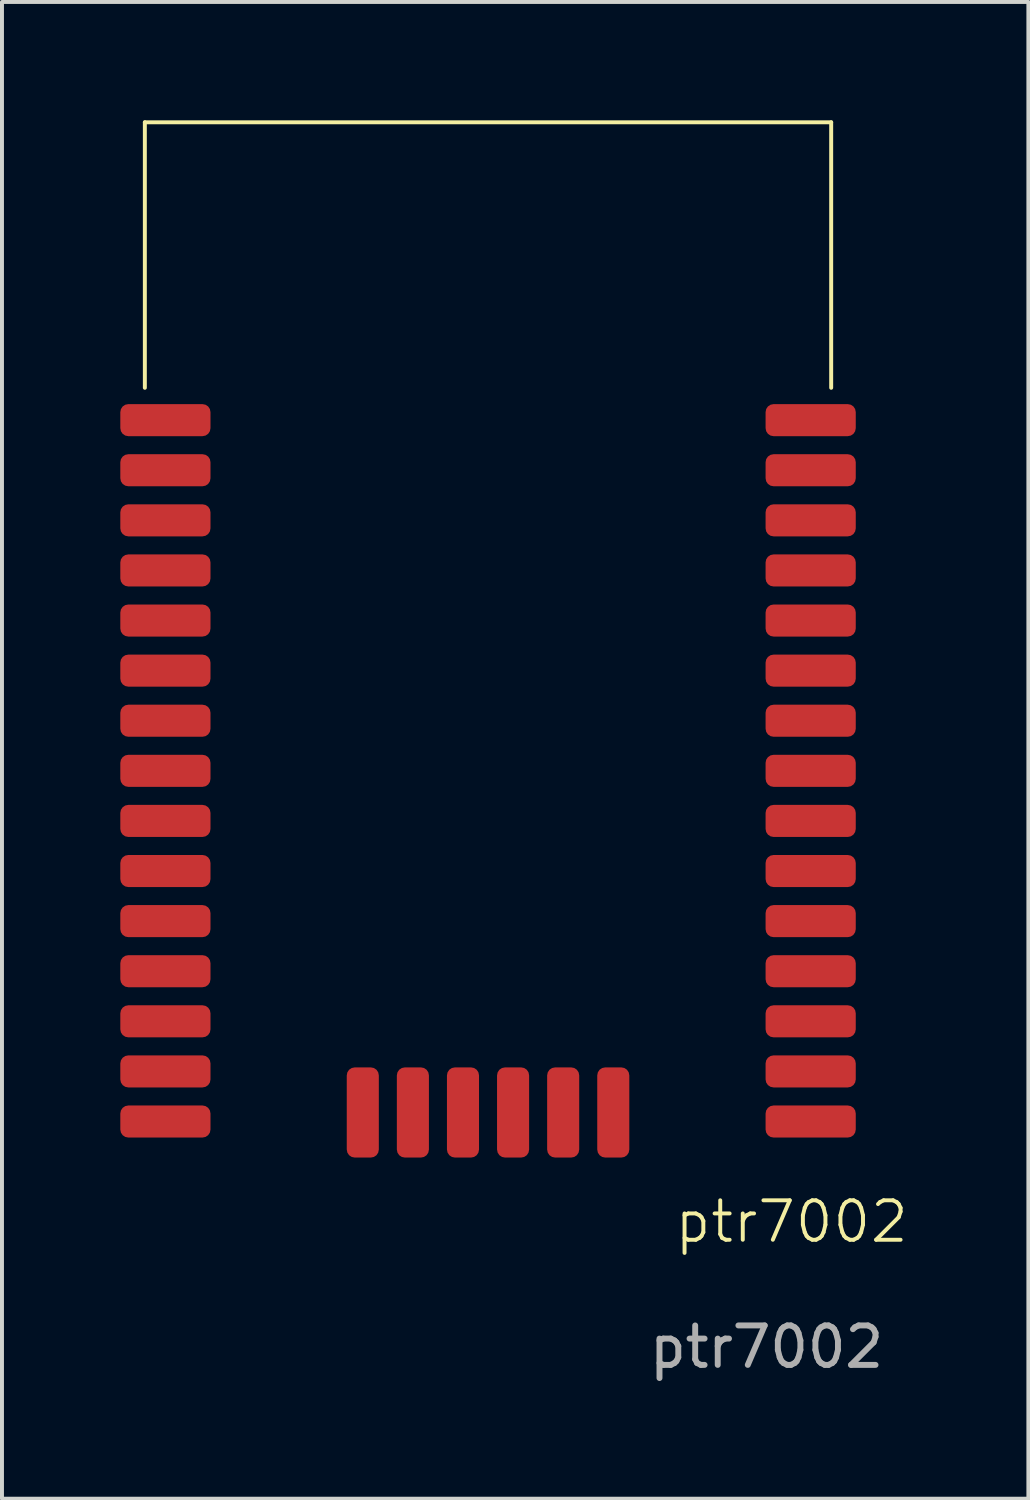
<source format=kicad_pcb>
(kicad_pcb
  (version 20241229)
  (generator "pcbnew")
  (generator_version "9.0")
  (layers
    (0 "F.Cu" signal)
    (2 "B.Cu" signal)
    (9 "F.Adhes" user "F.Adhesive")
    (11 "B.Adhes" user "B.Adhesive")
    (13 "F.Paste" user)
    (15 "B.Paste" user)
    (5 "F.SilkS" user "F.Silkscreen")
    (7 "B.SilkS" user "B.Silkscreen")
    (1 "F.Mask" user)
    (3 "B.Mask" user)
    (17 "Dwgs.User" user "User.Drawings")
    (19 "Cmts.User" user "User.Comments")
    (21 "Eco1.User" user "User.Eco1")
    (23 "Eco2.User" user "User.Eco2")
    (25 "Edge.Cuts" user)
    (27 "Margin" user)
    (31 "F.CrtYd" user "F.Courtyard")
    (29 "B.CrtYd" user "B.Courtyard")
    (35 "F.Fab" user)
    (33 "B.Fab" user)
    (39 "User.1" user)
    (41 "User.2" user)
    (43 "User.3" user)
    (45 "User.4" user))
  (footprint "ptr7002"
    (layer "F.Cu")
    (at 1.143 7.601)
    (property "Reference" "ptr7002" (at 15.875 20.32 0) (unlocked yes) (layer "F.SilkS") (effects (font (size 1 1) (thickness 0.1))))
    (attr smd)
    (fp_line (start -0.521 -7.551) (end 16.878 -7.551) (stroke (width 0.1) (type default)) (layer "F.SilkS"))
    (fp_line (start -0.521 -0.82) (end -0.521 -7.551) (stroke (width 0.1) (type default)) (layer "F.SilkS"))
    (fp_line (start 16.878 -0.82) (end 16.878 -7.551) (stroke (width 0.1) (type default)) (layer "F.SilkS"))
    (fp_text user "${REFERENCE}" (at 15.24 23.495 0) (unlocked yes) (layer "F.Fab") (effects (font (size 1 1) (thickness 0.15))))
    (pad "1" smd roundrect (at 16.358 0) (size 2.286 0.813) (layers "F.Cu" "F.Mask" "F.Paste") (roundrect_rratio 0.25))
    (pad "2" smd roundrect (at 16.358 1.27) (size 2.286 0.813) (layers "F.Cu" "F.Mask" "F.Paste") (roundrect_rratio 0.25))
    (pad "3" smd roundrect (at 16.358 2.54) (size 2.286 0.813) (layers "F.Cu" "F.Mask" "F.Paste") (roundrect_rratio 0.25))
    (pad "4" smd roundrect (at 16.358 3.81) (size 2.286 0.813) (layers "F.Cu" "F.Mask" "F.Paste") (roundrect_rratio 0.25))
    (pad "5" smd roundrect (at 16.358 5.08) (size 2.286 0.813) (layers "F.Cu" "F.Mask" "F.Paste") (roundrect_rratio 0.25))
    (pad "6" smd roundrect (at 16.358 6.35) (size 2.286 0.813) (layers "F.Cu" "F.Mask" "F.Paste") (roundrect_rratio 0.25))
    (pad "7" smd roundrect (at 16.358 7.62) (size 2.286 0.813) (layers "F.Cu" "F.Mask" "F.Paste") (roundrect_rratio 0.25))
    (pad "8" smd roundrect (at 16.358 8.89) (size 2.286 0.813) (layers "F.Cu" "F.Mask" "F.Paste") (roundrect_rratio 0.25))
    (pad "9" smd roundrect (at 16.358 10.16) (size 2.286 0.813) (layers "F.Cu" "F.Mask" "F.Paste") (roundrect_rratio 0.25))
    (pad "10" smd roundrect (at 16.358 11.43) (size 2.286 0.813) (layers "F.Cu" "F.Mask" "F.Paste") (roundrect_rratio 0.25))
    (pad "11" smd roundrect (at 16.358 12.7) (size 2.286 0.813) (layers "F.Cu" "F.Mask" "F.Paste") (roundrect_rratio 0.25))
    (pad "12" smd roundrect (at 16.358 13.97) (size 2.286 0.813) (layers "F.Cu" "F.Mask" "F.Paste") (roundrect_rratio 0.25))
    (pad "13" smd roundrect (at 16.358 15.24) (size 2.286 0.813) (layers "F.Cu" "F.Mask" "F.Paste") (roundrect_rratio 0.25))
    (pad "14" smd roundrect (at 16.358 16.51) (size 2.286 0.813) (layers "F.Cu" "F.Mask" "F.Paste") (roundrect_rratio 0.25))
    (pad "15" smd roundrect (at 16.358 17.78) (size 2.286 0.813) (layers "F.Cu" "F.Mask" "F.Paste") (roundrect_rratio 0.25))
    (pad "16" smd roundrect (at 11.354 17.551 90) (size 2.286 0.813) (layers "F.Cu" "F.Mask" "F.Paste") (roundrect_rratio 0.25))
    (pad "17" smd roundrect (at 10.084 17.551 90) (size 2.286 0.813) (layers "F.Cu" "F.Mask" "F.Paste") (roundrect_rratio 0.25))
    (pad "18" smd roundrect (at 8.814 17.551 90) (size 2.286 0.813) (layers "F.Cu" "F.Mask" "F.Paste") (roundrect_rratio 0.25))
    (pad "19" smd roundrect (at 7.544 17.551 90) (size 2.286 0.813) (layers "F.Cu" "F.Mask" "F.Paste") (roundrect_rratio 0.25))
    (pad "20" smd roundrect (at 6.274 17.551 90) (size 2.286 0.813) (layers "F.Cu" "F.Mask" "F.Paste") (roundrect_rratio 0.25))
    (pad "21" smd roundrect (at 5.004 17.551 90) (size 2.286 0.813) (layers "F.Cu" "F.Mask" "F.Paste") (roundrect_rratio 0.25))
    (pad "22" smd roundrect (at 0 17.78 180) (size 2.286 0.813) (layers "F.Cu" "F.Mask" "F.Paste") (roundrect_rratio 0.25))
    (pad "23" smd roundrect (at 0 16.51 180) (size 2.286 0.813) (layers "F.Cu" "F.Mask" "F.Paste") (roundrect_rratio 0.25))
    (pad "24" smd roundrect (at 0 15.24 180) (size 2.286 0.813) (layers "F.Cu" "F.Mask" "F.Paste") (roundrect_rratio 0.25))
    (pad "25" smd roundrect (at 0 13.97 180) (size 2.286 0.813) (layers "F.Cu" "F.Mask" "F.Paste") (roundrect_rratio 0.25))
    (pad "26" smd roundrect (at 0 12.7 180) (size 2.286 0.813) (layers "F.Cu" "F.Mask" "F.Paste") (roundrect_rratio 0.25))
    (pad "27" smd roundrect (at 0 11.43 180) (size 2.286 0.813) (layers "F.Cu" "F.Mask" "F.Paste") (roundrect_rratio 0.25))
    (pad "28" smd roundrect (at 0 10.16 180) (size 2.286 0.813) (layers "F.Cu" "F.Mask" "F.Paste") (roundrect_rratio 0.25))
    (pad "29" smd roundrect (at 0 8.89 180) (size 2.286 0.813) (layers "F.Cu" "F.Mask" "F.Paste") (roundrect_rratio 0.25))
    (pad "30" smd roundrect (at 0 7.62 180) (size 2.286 0.813) (layers "F.Cu" "F.Mask" "F.Paste") (roundrect_rratio 0.25))
    (pad "31" smd roundrect (at 0 6.35 180) (size 2.286 0.813) (layers "F.Cu" "F.Mask" "F.Paste") (roundrect_rratio 0.25))
    (pad "32" smd roundrect (at 0 5.08 180) (size 2.286 0.813) (layers "F.Cu" "F.Mask" "F.Paste") (roundrect_rratio 0.25))
    (pad "33" smd roundrect (at 0 3.81 180) (size 2.286 0.813) (layers "F.Cu" "F.Mask" "F.Paste") (roundrect_rratio 0.25))
    (pad "34" smd roundrect (at 0 2.54 180) (size 2.286 0.813) (layers "F.Cu" "F.Mask" "F.Paste") (roundrect_rratio 0.25))
    (pad "35" smd roundrect (at 0 1.27 180) (size 2.286 0.813) (layers "F.Cu" "F.Mask" "F.Paste") (roundrect_rratio 0.25))
    (pad "36" smd roundrect (at 0 0 180) (size 2.286 0.813) (layers "F.Cu" "F.Mask" "F.Paste") (roundrect_rratio 0.25)))
  (gr_rect
    (start -3 -3)
    (end 23.02 34.944)
    (stroke (width 0.1) (type default))
    (fill no)
    (layer "Edge.Cuts")))
</source>
